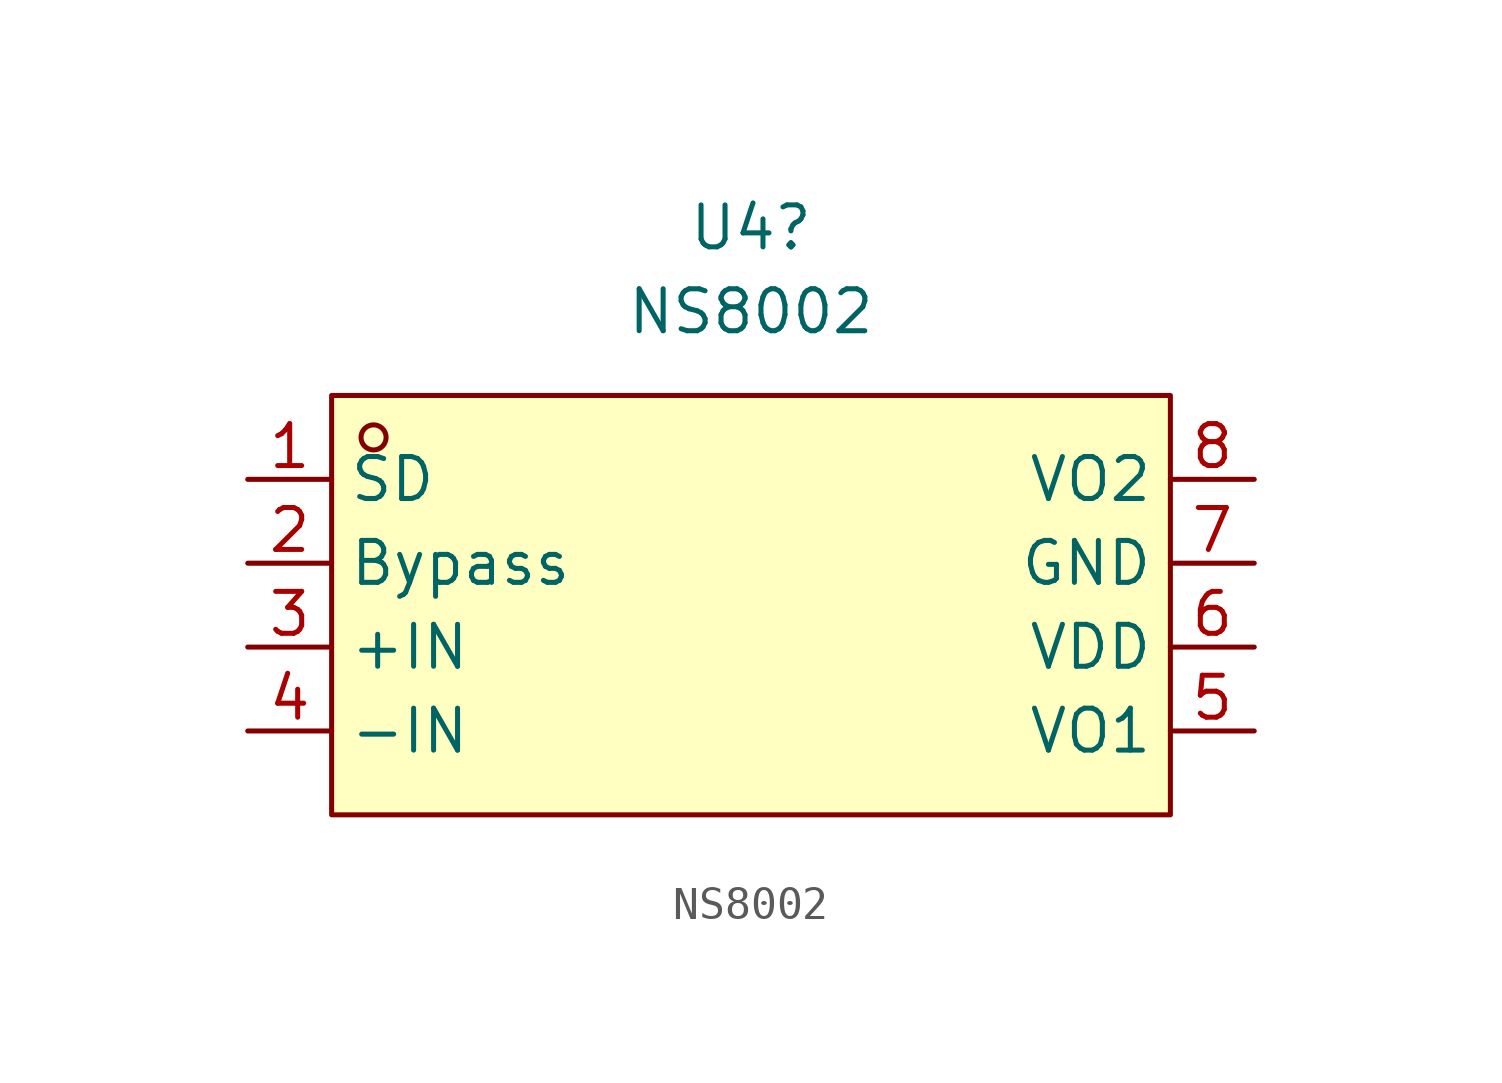
<source format=kicad_sym>
(kicad_symbol_lib
  (version 20231120)
  (generator "kicad_symbol_editor")
  (generator_version "8.0")
  (symbol "NS8002"
    (property "Reference" "U4"
      (at 0 11.43 0)
      (effects (font (size 1.27 1.27))))
    (property "Value" "NS8002"
      (at 0 8.89 0)
      (effects (font (size 1.27 1.27))))
    (symbol "NS8002_0_1"
      (rectangle (start -12.7 6.35) (end 12.7 -6.35) (stroke (width 0) (type default)) (fill (type background)))
      (circle (center -11.43 5.08) (radius 0.38) (stroke (width 0) (type default)) (fill (type none))))
    (symbol "NS8002_1_1"
      (pin passive line (at -15.24 3.81 0) (length 2.54) (name "SD" (effects (font (size 1.27 1.27)))) (number "1" (effects (font (size 1.27 1.27)))))
      (pin passive line (at -15.24 1.27 0) (length 2.54) (name "Bypass" (effects (font (size 1.27 1.27)))) (number "2" (effects (font (size 1.27 1.27)))))
      (pin input line (at -15.24 -1.27 0) (length 2.54) (name "+IN" (effects (font (size 1.27 1.27)))) (number "3" (effects (font (size 1.27 1.27)))))
      (pin input line (at -15.24 -3.81 0) (length 2.54) (name "-IN" (effects (font (size 1.27 1.27)))) (number "4" (effects (font (size 1.27 1.27)))))
      (pin output line (at 15.24 -3.81 180) (length 2.54) (name "VO1" (effects (font (size 1.27 1.27)))) (number "5" (effects (font (size 1.27 1.27)))))
      (pin power_in line (at 15.24 -1.27 180) (length 2.54) (name "VDD" (effects (font (size 1.27 1.27)))) (number "6" (effects (font (size 1.27 1.27)))))
      (pin power_in line (at 15.24 1.27 180) (length 2.54) (name "GND" (effects (font (size 1.27 1.27)))) (number "7" (effects (font (size 1.27 1.27)))))
      (pin output line (at 15.24 3.81 180) (length 2.54) (name "VO2" (effects (font (size 1.27 1.27)))) (number "8" (effects (font (size 1.27 1.27))))))))
</source>
